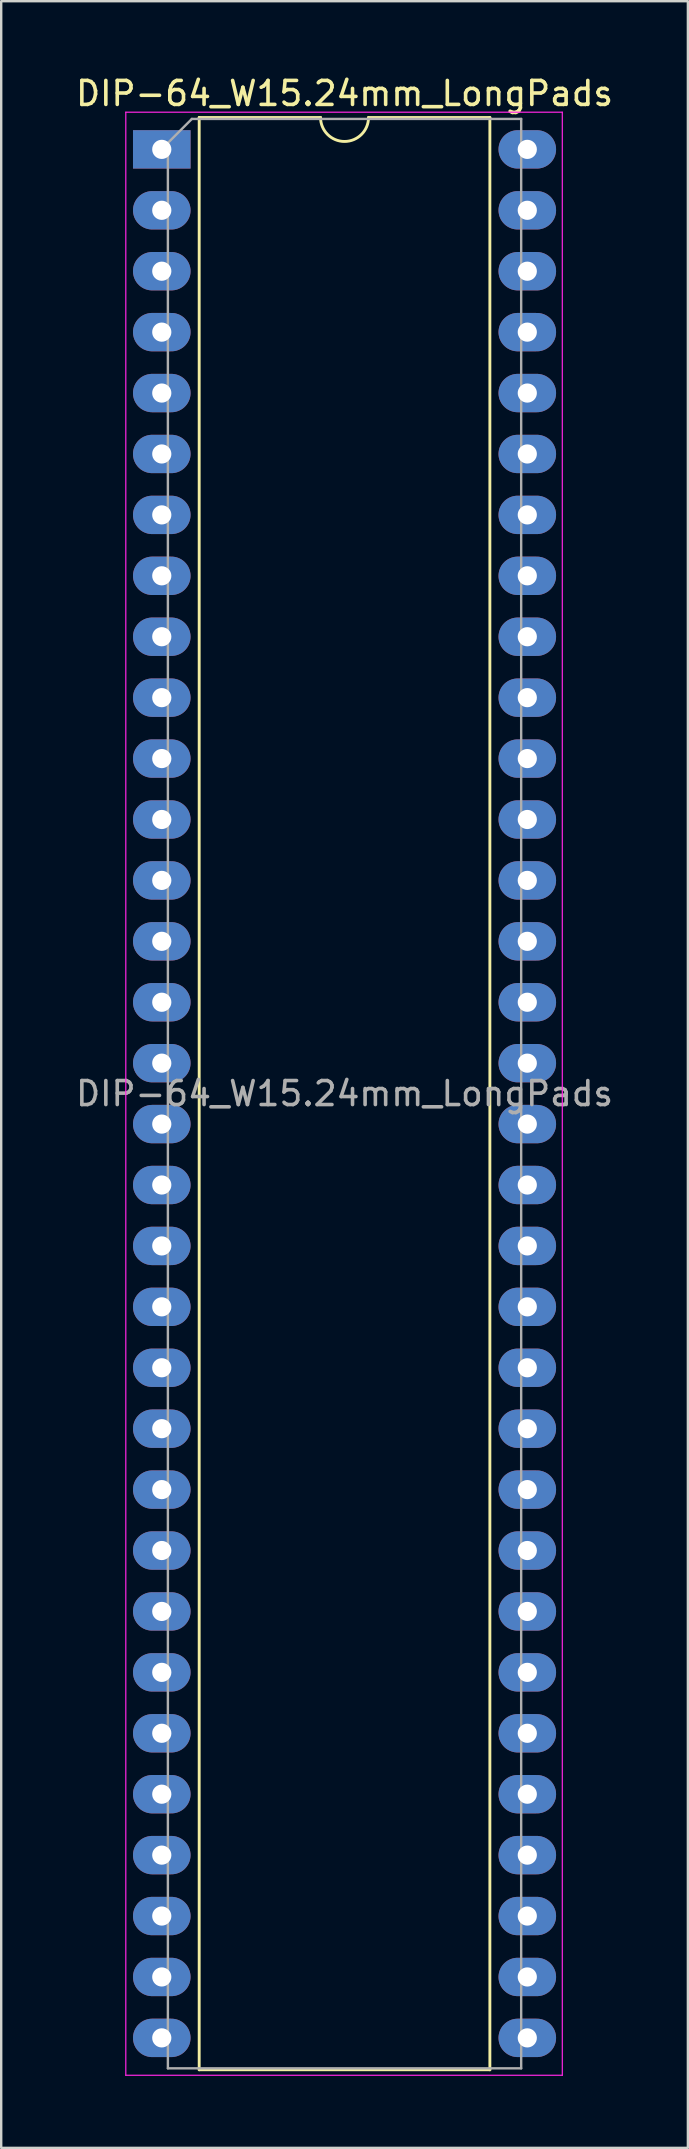
<source format=kicad_pcb>
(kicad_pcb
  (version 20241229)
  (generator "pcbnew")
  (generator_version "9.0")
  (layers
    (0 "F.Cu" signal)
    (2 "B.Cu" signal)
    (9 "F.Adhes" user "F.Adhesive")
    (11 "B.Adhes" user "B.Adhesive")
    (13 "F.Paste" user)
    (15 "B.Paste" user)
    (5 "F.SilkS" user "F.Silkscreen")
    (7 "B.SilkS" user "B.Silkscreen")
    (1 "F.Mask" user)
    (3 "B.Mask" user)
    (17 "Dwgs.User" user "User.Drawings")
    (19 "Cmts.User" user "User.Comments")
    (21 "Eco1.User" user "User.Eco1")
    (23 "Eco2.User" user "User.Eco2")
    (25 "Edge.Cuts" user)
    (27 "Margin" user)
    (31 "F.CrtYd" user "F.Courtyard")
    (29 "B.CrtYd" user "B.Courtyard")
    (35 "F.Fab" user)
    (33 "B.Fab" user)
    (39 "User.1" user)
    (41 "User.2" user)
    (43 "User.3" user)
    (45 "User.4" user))
  (footprint "DIP-64_W15.24mm_LongPads"
    (layer "F.Cu")
    (at 3.695 3.178)
    (property "Reference" "DIP-64_W15.24mm_LongPads" (at 7.62 -2.33 0) (layer "F.SilkS") (effects (font (size 1 1) (thickness 0.15))))
    (attr through_hole)
    (fp_line (start 1.56 -1.33) (end 1.56 80.07) (stroke (width 0.12) (type solid)) (layer "F.SilkS"))
    (fp_line (start 1.56 80.07) (end 13.68 80.07) (stroke (width 0.12) (type solid)) (layer "F.SilkS"))
    (fp_line (start 6.62 -1.33) (end 1.56 -1.33) (stroke (width 0.12) (type solid)) (layer "F.SilkS"))
    (fp_line (start 13.68 -1.33) (end 8.62 -1.33) (stroke (width 0.12) (type solid)) (layer "F.SilkS"))
    (fp_line (start 13.68 80.07) (end 13.68 -1.33) (stroke (width 0.12) (type solid)) (layer "F.SilkS"))
    (fp_arc (start 8.62 -1.33) (mid 7.62 -0.33) (end 6.62 -1.33) (stroke (width 0.12) (type solid)) (layer "F.SilkS"))
    (fp_line (start -1.5 -1.55) (end -1.5 80.3) (stroke (width 0.05) (type solid)) (layer "F.CrtYd"))
    (fp_line (start -1.5 80.3) (end 16.7 80.3) (stroke (width 0.05) (type solid)) (layer "F.CrtYd"))
    (fp_line (start 16.7 -1.55) (end -1.5 -1.55) (stroke (width 0.05) (type solid)) (layer "F.CrtYd"))
    (fp_line (start 16.7 80.3) (end 16.7 -1.55) (stroke (width 0.05) (type solid)) (layer "F.CrtYd"))
    (fp_line (start 0.255 -0.27) (end 1.255 -1.27) (stroke (width 0.1) (type solid)) (layer "F.Fab"))
    (fp_line (start 0.255 80.01) (end 0.255 -0.27) (stroke (width 0.1) (type solid)) (layer "F.Fab"))
    (fp_line (start 1.255 -1.27) (end 14.985 -1.27) (stroke (width 0.1) (type solid)) (layer "F.Fab"))
    (fp_line (start 14.985 -1.27) (end 14.985 80.01) (stroke (width 0.1) (type solid)) (layer "F.Fab"))
    (fp_line (start 14.985 80.01) (end 0.255 80.01) (stroke (width 0.1) (type solid)) (layer "F.Fab"))
    (fp_text user "${REFERENCE}" (at 7.62 39.37 0) (layer "F.Fab") (effects (font (size 1 1) (thickness 0.15))))
    (pad "1" thru_hole rect (at 0 0) (size 2.4 1.6) (drill 0.8) (layers "*.Cu" "*.Mask"))
    (pad "2" thru_hole oval (at 0 2.54) (size 2.4 1.6) (drill 0.8) (layers "*.Cu" "*.Mask"))
    (pad "3" thru_hole oval (at 0 5.08) (size 2.4 1.6) (drill 0.8) (layers "*.Cu" "*.Mask"))
    (pad "4" thru_hole oval (at 0 7.62) (size 2.4 1.6) (drill 0.8) (layers "*.Cu" "*.Mask"))
    (pad "5" thru_hole oval (at 0 10.16) (size 2.4 1.6) (drill 0.8) (layers "*.Cu" "*.Mask"))
    (pad "6" thru_hole oval (at 0 12.7) (size 2.4 1.6) (drill 0.8) (layers "*.Cu" "*.Mask"))
    (pad "7" thru_hole oval (at 0 15.24) (size 2.4 1.6) (drill 0.8) (layers "*.Cu" "*.Mask"))
    (pad "8" thru_hole oval (at 0 17.78) (size 2.4 1.6) (drill 0.8) (layers "*.Cu" "*.Mask"))
    (pad "9" thru_hole oval (at 0 20.32) (size 2.4 1.6) (drill 0.8) (layers "*.Cu" "*.Mask"))
    (pad "10" thru_hole oval (at 0 22.86) (size 2.4 1.6) (drill 0.8) (layers "*.Cu" "*.Mask"))
    (pad "11" thru_hole oval (at 0 25.4) (size 2.4 1.6) (drill 0.8) (layers "*.Cu" "*.Mask"))
    (pad "12" thru_hole oval (at 0 27.94) (size 2.4 1.6) (drill 0.8) (layers "*.Cu" "*.Mask"))
    (pad "13" thru_hole oval (at 0 30.48) (size 2.4 1.6) (drill 0.8) (layers "*.Cu" "*.Mask"))
    (pad "14" thru_hole oval (at 0 33.02) (size 2.4 1.6) (drill 0.8) (layers "*.Cu" "*.Mask"))
    (pad "15" thru_hole oval (at 0 35.56) (size 2.4 1.6) (drill 0.8) (layers "*.Cu" "*.Mask"))
    (pad "16" thru_hole oval (at 0 38.1) (size 2.4 1.6) (drill 0.8) (layers "*.Cu" "*.Mask"))
    (pad "17" thru_hole oval (at 0 40.64) (size 2.4 1.6) (drill 0.8) (layers "*.Cu" "*.Mask"))
    (pad "18" thru_hole oval (at 0 43.18) (size 2.4 1.6) (drill 0.8) (layers "*.Cu" "*.Mask"))
    (pad "19" thru_hole oval (at 0 45.72) (size 2.4 1.6) (drill 0.8) (layers "*.Cu" "*.Mask"))
    (pad "20" thru_hole oval (at 0 48.26) (size 2.4 1.6) (drill 0.8) (layers "*.Cu" "*.Mask"))
    (pad "21" thru_hole oval (at 0 50.8) (size 2.4 1.6) (drill 0.8) (layers "*.Cu" "*.Mask"))
    (pad "22" thru_hole oval (at 0 53.34) (size 2.4 1.6) (drill 0.8) (layers "*.Cu" "*.Mask"))
    (pad "23" thru_hole oval (at 0 55.88) (size 2.4 1.6) (drill 0.8) (layers "*.Cu" "*.Mask"))
    (pad "24" thru_hole oval (at 0 58.42) (size 2.4 1.6) (drill 0.8) (layers "*.Cu" "*.Mask"))
    (pad "25" thru_hole oval (at 0 60.96) (size 2.4 1.6) (drill 0.8) (layers "*.Cu" "*.Mask"))
    (pad "26" thru_hole oval (at 0 63.5) (size 2.4 1.6) (drill 0.8) (layers "*.Cu" "*.Mask"))
    (pad "27" thru_hole oval (at 0 66.04) (size 2.4 1.6) (drill 0.8) (layers "*.Cu" "*.Mask"))
    (pad "28" thru_hole oval (at 0 68.58) (size 2.4 1.6) (drill 0.8) (layers "*.Cu" "*.Mask"))
    (pad "29" thru_hole oval (at 0 71.12) (size 2.4 1.6) (drill 0.8) (layers "*.Cu" "*.Mask"))
    (pad "30" thru_hole oval (at 0 73.66) (size 2.4 1.6) (drill 0.8) (layers "*.Cu" "*.Mask"))
    (pad "31" thru_hole oval (at 0 76.2) (size 2.4 1.6) (drill 0.8) (layers "*.Cu" "*.Mask"))
    (pad "32" thru_hole oval (at 0 78.74) (size 2.4 1.6) (drill 0.8) (layers "*.Cu" "*.Mask"))
    (pad "33" thru_hole oval (at 15.24 78.74) (size 2.4 1.6) (drill 0.8) (layers "*.Cu" "*.Mask"))
    (pad "34" thru_hole oval (at 15.24 76.2) (size 2.4 1.6) (drill 0.8) (layers "*.Cu" "*.Mask"))
    (pad "35" thru_hole oval (at 15.24 73.66) (size 2.4 1.6) (drill 0.8) (layers "*.Cu" "*.Mask"))
    (pad "36" thru_hole oval (at 15.24 71.12) (size 2.4 1.6) (drill 0.8) (layers "*.Cu" "*.Mask"))
    (pad "37" thru_hole oval (at 15.24 68.58) (size 2.4 1.6) (drill 0.8) (layers "*.Cu" "*.Mask"))
    (pad "38" thru_hole oval (at 15.24 66.04) (size 2.4 1.6) (drill 0.8) (layers "*.Cu" "*.Mask"))
    (pad "39" thru_hole oval (at 15.24 63.5) (size 2.4 1.6) (drill 0.8) (layers "*.Cu" "*.Mask"))
    (pad "40" thru_hole oval (at 15.24 60.96) (size 2.4 1.6) (drill 0.8) (layers "*.Cu" "*.Mask"))
    (pad "41" thru_hole oval (at 15.24 58.42) (size 2.4 1.6) (drill 0.8) (layers "*.Cu" "*.Mask"))
    (pad "42" thru_hole oval (at 15.24 55.88) (size 2.4 1.6) (drill 0.8) (layers "*.Cu" "*.Mask"))
    (pad "43" thru_hole oval (at 15.24 53.34) (size 2.4 1.6) (drill 0.8) (layers "*.Cu" "*.Mask"))
    (pad "44" thru_hole oval (at 15.24 50.8) (size 2.4 1.6) (drill 0.8) (layers "*.Cu" "*.Mask"))
    (pad "45" thru_hole oval (at 15.24 48.26) (size 2.4 1.6) (drill 0.8) (layers "*.Cu" "*.Mask"))
    (pad "46" thru_hole oval (at 15.24 45.72) (size 2.4 1.6) (drill 0.8) (layers "*.Cu" "*.Mask"))
    (pad "47" thru_hole oval (at 15.24 43.18) (size 2.4 1.6) (drill 0.8) (layers "*.Cu" "*.Mask"))
    (pad "48" thru_hole oval (at 15.24 40.64) (size 2.4 1.6) (drill 0.8) (layers "*.Cu" "*.Mask"))
    (pad "49" thru_hole oval (at 15.24 38.1) (size 2.4 1.6) (drill 0.8) (layers "*.Cu" "*.Mask"))
    (pad "50" thru_hole oval (at 15.24 35.56) (size 2.4 1.6) (drill 0.8) (layers "*.Cu" "*.Mask"))
    (pad "51" thru_hole oval (at 15.24 33.02) (size 2.4 1.6) (drill 0.8) (layers "*.Cu" "*.Mask"))
    (pad "52" thru_hole oval (at 15.24 30.48) (size 2.4 1.6) (drill 0.8) (layers "*.Cu" "*.Mask"))
    (pad "53" thru_hole oval (at 15.24 27.94) (size 2.4 1.6) (drill 0.8) (layers "*.Cu" "*.Mask"))
    (pad "54" thru_hole oval (at 15.24 25.4) (size 2.4 1.6) (drill 0.8) (layers "*.Cu" "*.Mask"))
    (pad "55" thru_hole oval (at 15.24 22.86) (size 2.4 1.6) (drill 0.8) (layers "*.Cu" "*.Mask"))
    (pad "56" thru_hole oval (at 15.24 20.32) (size 2.4 1.6) (drill 0.8) (layers "*.Cu" "*.Mask"))
    (pad "57" thru_hole oval (at 15.24 17.78) (size 2.4 1.6) (drill 0.8) (layers "*.Cu" "*.Mask"))
    (pad "58" thru_hole oval (at 15.24 15.24) (size 2.4 1.6) (drill 0.8) (layers "*.Cu" "*.Mask"))
    (pad "59" thru_hole oval (at 15.24 12.7) (size 2.4 1.6) (drill 0.8) (layers "*.Cu" "*.Mask"))
    (pad "60" thru_hole oval (at 15.24 10.16) (size 2.4 1.6) (drill 0.8) (layers "*.Cu" "*.Mask"))
    (pad "61" thru_hole oval (at 15.24 7.62) (size 2.4 1.6) (drill 0.8) (layers "*.Cu" "*.Mask"))
    (pad "62" thru_hole oval (at 15.24 5.08) (size 2.4 1.6) (drill 0.8) (layers "*.Cu" "*.Mask"))
    (pad "63" thru_hole oval (at 15.24 2.54) (size 2.4 1.6) (drill 0.8) (layers "*.Cu" "*.Mask"))
    (pad "64" thru_hole oval (at 15.24 0) (size 2.4 1.6) (drill 0.8) (layers "*.Cu" "*.Mask")))
  (gr_rect
    (start -3 -3)
    (end 25.631 86.503)
    (stroke (width 0.1) (type default))
    (fill no)
    (layer "Edge.Cuts")))
</source>
